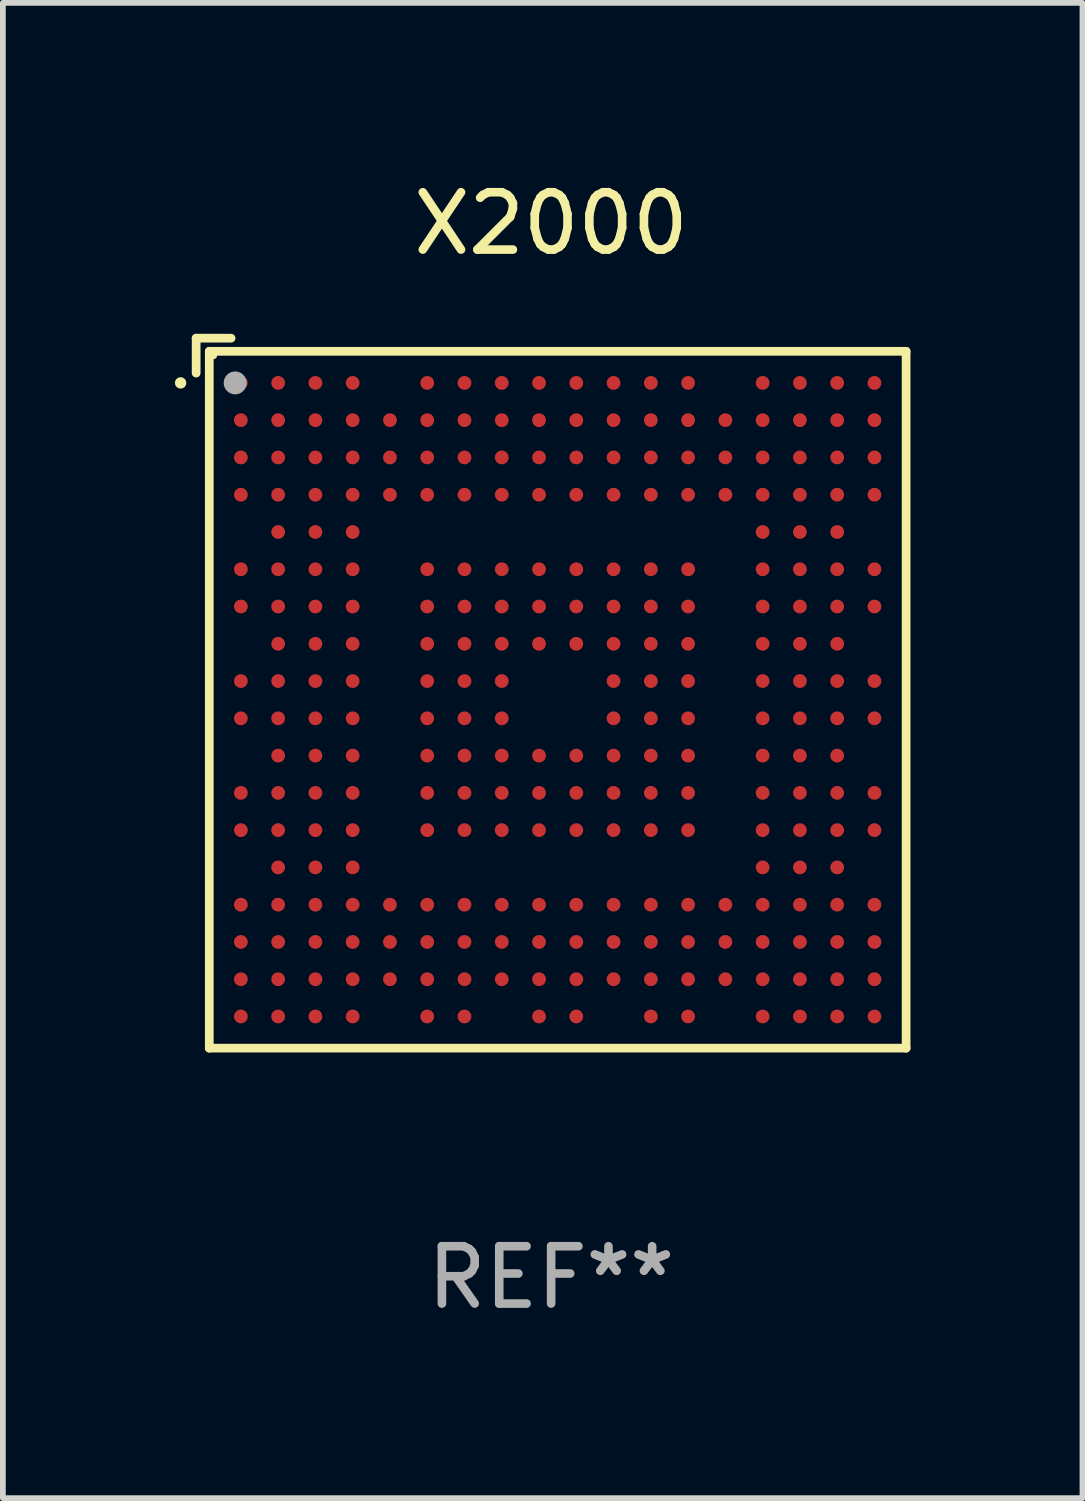
<source format=kicad_pcb>
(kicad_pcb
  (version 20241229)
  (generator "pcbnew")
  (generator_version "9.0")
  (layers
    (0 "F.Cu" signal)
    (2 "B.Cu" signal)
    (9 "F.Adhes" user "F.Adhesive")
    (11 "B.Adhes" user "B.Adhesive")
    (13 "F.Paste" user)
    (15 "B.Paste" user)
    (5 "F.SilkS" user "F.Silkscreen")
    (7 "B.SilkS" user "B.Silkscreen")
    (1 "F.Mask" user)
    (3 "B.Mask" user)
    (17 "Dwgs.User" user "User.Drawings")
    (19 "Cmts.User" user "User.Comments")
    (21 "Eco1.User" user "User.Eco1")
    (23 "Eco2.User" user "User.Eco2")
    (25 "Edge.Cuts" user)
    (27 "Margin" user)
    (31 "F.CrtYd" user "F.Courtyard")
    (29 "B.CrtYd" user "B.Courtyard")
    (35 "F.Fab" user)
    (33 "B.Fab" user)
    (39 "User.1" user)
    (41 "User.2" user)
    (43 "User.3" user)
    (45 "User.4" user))
  (footprint "X2000"
    (layer "F.Cu")
    (at 6.562 9.039)
    (property "Reference" "X2000" (at 0 -8.191 0) (layer "F.SilkS") (effects (font (size 1 1) (thickness 0.15))))
    (attr through_hole)
    (fp_line (start -6.191 -6.191) (end -6.191 -5.582) (stroke (width 0.152) (type solid)) (layer "F.SilkS"))
    (fp_line (start -5.962 -5.962) (end 6.191 -5.962) (stroke (width 0.152) (type solid)) (layer "F.SilkS"))
    (fp_line (start -5.962 6.191) (end -5.962 -5.962) (stroke (width 0.152) (type solid)) (layer "F.SilkS"))
    (fp_line (start -5.582 -6.191) (end -6.191 -6.191) (stroke (width 0.152) (type solid)) (layer "F.SilkS"))
    (fp_line (start 6.191 -5.962) (end 6.191 6.191) (stroke (width 0.152) (type solid)) (layer "F.SilkS"))
    (fp_line (start 6.191 6.191) (end -5.962 6.191) (stroke (width 0.152) (type solid)) (layer "F.SilkS"))
    (fp_circle (center -6.462 -5.411) (end -6.412 -5.411) (stroke (width 0.1) (type solid)) (fill no) (layer "F.SilkS"))
    (fp_circle (center -5.886 -5.886) (end -5.856 -5.886) (stroke (width 0.06) (type solid)) (fill no) (layer "F.SilkS"))
    (fp_circle (center -5.511 -5.411) (end -5.411 -5.411) (stroke (width 0.2) (type solid)) (fill no) (layer "F.Fab"))
    (fp_text user "REF**" (at 0 10.191 0) (layer "F.Fab") (effects (font (size 1 1) (thickness 0.15))))
    (pad "A1" smd circle (at -5.411 -5.411) (size 0.24 0.24) (layers "F.Cu" "F.Mask" "F.Paste"))
    (pad "A2" smd circle (at -4.761 -5.411) (size 0.24 0.24) (layers "F.Cu" "F.Mask" "F.Paste"))
    (pad "A3" smd circle (at -4.111 -5.411) (size 0.24 0.24) (layers "F.Cu" "F.Mask" "F.Paste"))
    (pad "A4" smd circle (at -3.461 -5.411) (size 0.24 0.24) (layers "F.Cu" "F.Mask" "F.Paste"))
    (pad "A6" smd circle (at -2.161 -5.411) (size 0.24 0.24) (layers "F.Cu" "F.Mask" "F.Paste"))
    (pad "A7" smd circle (at -1.511 -5.411) (size 0.24 0.24) (layers "F.Cu" "F.Mask" "F.Paste"))
    (pad "A8" smd circle (at -0.861 -5.411) (size 0.24 0.24) (layers "F.Cu" "F.Mask" "F.Paste"))
    (pad "A9" smd circle (at -0.211 -5.411) (size 0.24 0.24) (layers "F.Cu" "F.Mask" "F.Paste"))
    (pad "A10" smd circle (at 0.439 -5.411) (size 0.24 0.24) (layers "F.Cu" "F.Mask" "F.Paste"))
    (pad "A11" smd circle (at 1.089 -5.411) (size 0.24 0.24) (layers "F.Cu" "F.Mask" "F.Paste"))
    (pad "A12" smd circle (at 1.739 -5.411) (size 0.24 0.24) (layers "F.Cu" "F.Mask" "F.Paste"))
    (pad "A13" smd circle (at 2.389 -5.411) (size 0.24 0.24) (layers "F.Cu" "F.Mask" "F.Paste"))
    (pad "A15" smd circle (at 3.689 -5.411) (size 0.24 0.24) (layers "F.Cu" "F.Mask" "F.Paste"))
    (pad "A16" smd circle (at 4.339 -5.411) (size 0.24 0.24) (layers "F.Cu" "F.Mask" "F.Paste"))
    (pad "A17" smd circle (at 4.989 -5.411) (size 0.24 0.24) (layers "F.Cu" "F.Mask" "F.Paste"))
    (pad "A18" smd circle (at 5.639 -5.411) (size 0.24 0.24) (layers "F.Cu" "F.Mask" "F.Paste"))
    (pad "B1" smd circle (at -5.411 -4.761) (size 0.24 0.24) (layers "F.Cu" "F.Mask" "F.Paste"))
    (pad "B2" smd circle (at -4.761 -4.761) (size 0.24 0.24) (layers "F.Cu" "F.Mask" "F.Paste"))
    (pad "B3" smd circle (at -4.111 -4.761) (size 0.24 0.24) (layers "F.Cu" "F.Mask" "F.Paste"))
    (pad "B4" smd circle (at -3.461 -4.761) (size 0.24 0.24) (layers "F.Cu" "F.Mask" "F.Paste"))
    (pad "B5" smd circle (at -2.811 -4.761) (size 0.24 0.24) (layers "F.Cu" "F.Mask" "F.Paste"))
    (pad "B6" smd circle (at -2.161 -4.761) (size 0.24 0.24) (layers "F.Cu" "F.Mask" "F.Paste"))
    (pad "B7" smd circle (at -1.511 -4.761) (size 0.24 0.24) (layers "F.Cu" "F.Mask" "F.Paste"))
    (pad "B8" smd circle (at -0.861 -4.761) (size 0.24 0.24) (layers "F.Cu" "F.Mask" "F.Paste"))
    (pad "B9" smd circle (at -0.211 -4.761) (size 0.24 0.24) (layers "F.Cu" "F.Mask" "F.Paste"))
    (pad "B10" smd circle (at 0.439 -4.761) (size 0.24 0.24) (layers "F.Cu" "F.Mask" "F.Paste"))
    (pad "B11" smd circle (at 1.089 -4.761) (size 0.24 0.24) (layers "F.Cu" "F.Mask" "F.Paste"))
    (pad "B12" smd circle (at 1.739 -4.761) (size 0.24 0.24) (layers "F.Cu" "F.Mask" "F.Paste"))
    (pad "B13" smd circle (at 2.389 -4.761) (size 0.24 0.24) (layers "F.Cu" "F.Mask" "F.Paste"))
    (pad "B14" smd circle (at 3.039 -4.761) (size 0.24 0.24) (layers "F.Cu" "F.Mask" "F.Paste"))
    (pad "B15" smd circle (at 3.689 -4.761) (size 0.24 0.24) (layers "F.Cu" "F.Mask" "F.Paste"))
    (pad "B16" smd circle (at 4.339 -4.761) (size 0.24 0.24) (layers "F.Cu" "F.Mask" "F.Paste"))
    (pad "B17" smd circle (at 4.989 -4.761) (size 0.24 0.24) (layers "F.Cu" "F.Mask" "F.Paste"))
    (pad "B18" smd circle (at 5.639 -4.761) (size 0.24 0.24) (layers "F.Cu" "F.Mask" "F.Paste"))
    (pad "C1" smd circle (at -5.411 -4.111) (size 0.24 0.24) (layers "F.Cu" "F.Mask" "F.Paste"))
    (pad "C2" smd circle (at -4.761 -4.111) (size 0.24 0.24) (layers "F.Cu" "F.Mask" "F.Paste"))
    (pad "C3" smd circle (at -4.111 -4.111) (size 0.24 0.24) (layers "F.Cu" "F.Mask" "F.Paste"))
    (pad "C4" smd circle (at -3.461 -4.111) (size 0.24 0.24) (layers "F.Cu" "F.Mask" "F.Paste"))
    (pad "C5" smd circle (at -2.811 -4.111) (size 0.24 0.24) (layers "F.Cu" "F.Mask" "F.Paste"))
    (pad "C6" smd circle (at -2.161 -4.111) (size 0.24 0.24) (layers "F.Cu" "F.Mask" "F.Paste"))
    (pad "C7" smd circle (at -1.511 -4.111) (size 0.24 0.24) (layers "F.Cu" "F.Mask" "F.Paste"))
    (pad "C8" smd circle (at -0.861 -4.111) (size 0.24 0.24) (layers "F.Cu" "F.Mask" "F.Paste"))
    (pad "C9" smd circle (at -0.211 -4.111) (size 0.24 0.24) (layers "F.Cu" "F.Mask" "F.Paste"))
    (pad "C10" smd circle (at 0.439 -4.111) (size 0.24 0.24) (layers "F.Cu" "F.Mask" "F.Paste"))
    (pad "C11" smd circle (at 1.089 -4.111) (size 0.24 0.24) (layers "F.Cu" "F.Mask" "F.Paste"))
    (pad "C12" smd circle (at 1.739 -4.111) (size 0.24 0.24) (layers "F.Cu" "F.Mask" "F.Paste"))
    (pad "C13" smd circle (at 2.389 -4.111) (size 0.24 0.24) (layers "F.Cu" "F.Mask" "F.Paste"))
    (pad "C14" smd circle (at 3.039 -4.111) (size 0.24 0.24) (layers "F.Cu" "F.Mask" "F.Paste"))
    (pad "C15" smd circle (at 3.689 -4.111) (size 0.24 0.24) (layers "F.Cu" "F.Mask" "F.Paste"))
    (pad "C16" smd circle (at 4.339 -4.111) (size 0.24 0.24) (layers "F.Cu" "F.Mask" "F.Paste"))
    (pad "C17" smd circle (at 4.989 -4.111) (size 0.24 0.24) (layers "F.Cu" "F.Mask" "F.Paste"))
    (pad "C18" smd circle (at 5.639 -4.111) (size 0.24 0.24) (layers "F.Cu" "F.Mask" "F.Paste"))
    (pad "D1" smd circle (at -5.411 -3.461) (size 0.24 0.24) (layers "F.Cu" "F.Mask" "F.Paste"))
    (pad "D2" smd circle (at -4.761 -3.461) (size 0.24 0.24) (layers "F.Cu" "F.Mask" "F.Paste"))
    (pad "D3" smd circle (at -4.111 -3.461) (size 0.24 0.24) (layers "F.Cu" "F.Mask" "F.Paste"))
    (pad "D4" smd circle (at -3.461 -3.461) (size 0.24 0.24) (layers "F.Cu" "F.Mask" "F.Paste"))
    (pad "D5" smd circle (at -2.811 -3.461) (size 0.24 0.24) (layers "F.Cu" "F.Mask" "F.Paste"))
    (pad "D6" smd circle (at -2.161 -3.461) (size 0.24 0.24) (layers "F.Cu" "F.Mask" "F.Paste"))
    (pad "D7" smd circle (at -1.511 -3.461) (size 0.24 0.24) (layers "F.Cu" "F.Mask" "F.Paste"))
    (pad "D8" smd circle (at -0.861 -3.461) (size 0.24 0.24) (layers "F.Cu" "F.Mask" "F.Paste"))
    (pad "D9" smd circle (at -0.211 -3.461) (size 0.24 0.24) (layers "F.Cu" "F.Mask" "F.Paste"))
    (pad "D10" smd circle (at 0.439 -3.461) (size 0.24 0.24) (layers "F.Cu" "F.Mask" "F.Paste"))
    (pad "D11" smd circle (at 1.089 -3.461) (size 0.24 0.24) (layers "F.Cu" "F.Mask" "F.Paste"))
    (pad "D12" smd circle (at 1.739 -3.461) (size 0.24 0.24) (layers "F.Cu" "F.Mask" "F.Paste"))
    (pad "D13" smd circle (at 2.389 -3.461) (size 0.24 0.24) (layers "F.Cu" "F.Mask" "F.Paste"))
    (pad "D14" smd circle (at 3.039 -3.461) (size 0.24 0.24) (layers "F.Cu" "F.Mask" "F.Paste"))
    (pad "D15" smd circle (at 3.689 -3.461) (size 0.24 0.24) (layers "F.Cu" "F.Mask" "F.Paste"))
    (pad "D16" smd circle (at 4.339 -3.461) (size 0.24 0.24) (layers "F.Cu" "F.Mask" "F.Paste"))
    (pad "D17" smd circle (at 4.989 -3.461) (size 0.24 0.24) (layers "F.Cu" "F.Mask" "F.Paste"))
    (pad "D18" smd circle (at 5.639 -3.461) (size 0.24 0.24) (layers "F.Cu" "F.Mask" "F.Paste"))
    (pad "E2" smd circle (at -4.761 -2.811) (size 0.24 0.24) (layers "F.Cu" "F.Mask" "F.Paste"))
    (pad "E3" smd circle (at -4.111 -2.811) (size 0.24 0.24) (layers "F.Cu" "F.Mask" "F.Paste"))
    (pad "E4" smd circle (at -3.461 -2.811) (size 0.24 0.24) (layers "F.Cu" "F.Mask" "F.Paste"))
    (pad "E15" smd circle (at 3.689 -2.811) (size 0.24 0.24) (layers "F.Cu" "F.Mask" "F.Paste"))
    (pad "E16" smd circle (at 4.339 -2.811) (size 0.24 0.24) (layers "F.Cu" "F.Mask" "F.Paste"))
    (pad "E17" smd circle (at 4.989 -2.811) (size 0.24 0.24) (layers "F.Cu" "F.Mask" "F.Paste"))
    (pad "F1" smd circle (at -5.411 -2.161) (size 0.24 0.24) (layers "F.Cu" "F.Mask" "F.Paste"))
    (pad "F2" smd circle (at -4.761 -2.161) (size 0.24 0.24) (layers "F.Cu" "F.Mask" "F.Paste"))
    (pad "F3" smd circle (at -4.111 -2.161) (size 0.24 0.24) (layers "F.Cu" "F.Mask" "F.Paste"))
    (pad "F4" smd circle (at -3.461 -2.161) (size 0.24 0.24) (layers "F.Cu" "F.Mask" "F.Paste"))
    (pad "F6" smd circle (at -2.161 -2.161) (size 0.24 0.24) (layers "F.Cu" "F.Mask" "F.Paste"))
    (pad "F7" smd circle (at -1.511 -2.161) (size 0.24 0.24) (layers "F.Cu" "F.Mask" "F.Paste"))
    (pad "F8" smd circle (at -0.861 -2.161) (size 0.24 0.24) (layers "F.Cu" "F.Mask" "F.Paste"))
    (pad "F9" smd circle (at -0.211 -2.161) (size 0.24 0.24) (layers "F.Cu" "F.Mask" "F.Paste"))
    (pad "F10" smd circle (at 0.439 -2.161) (size 0.24 0.24) (layers "F.Cu" "F.Mask" "F.Paste"))
    (pad "F11" smd circle (at 1.089 -2.161) (size 0.24 0.24) (layers "F.Cu" "F.Mask" "F.Paste"))
    (pad "F12" smd circle (at 1.739 -2.161) (size 0.24 0.24) (layers "F.Cu" "F.Mask" "F.Paste"))
    (pad "F13" smd circle (at 2.389 -2.161) (size 0.24 0.24) (layers "F.Cu" "F.Mask" "F.Paste"))
    (pad "F15" smd circle (at 3.689 -2.161) (size 0.24 0.24) (layers "F.Cu" "F.Mask" "F.Paste"))
    (pad "F16" smd circle (at 4.339 -2.161) (size 0.24 0.24) (layers "F.Cu" "F.Mask" "F.Paste"))
    (pad "F17" smd circle (at 4.989 -2.161) (size 0.24 0.24) (layers "F.Cu" "F.Mask" "F.Paste"))
    (pad "F18" smd circle (at 5.639 -2.161) (size 0.24 0.24) (layers "F.Cu" "F.Mask" "F.Paste"))
    (pad "G1" smd circle (at -5.411 -1.511) (size 0.24 0.24) (layers "F.Cu" "F.Mask" "F.Paste"))
    (pad "G2" smd circle (at -4.761 -1.511) (size 0.24 0.24) (layers "F.Cu" "F.Mask" "F.Paste"))
    (pad "G3" smd circle (at -4.111 -1.511) (size 0.24 0.24) (layers "F.Cu" "F.Mask" "F.Paste"))
    (pad "G4" smd circle (at -3.461 -1.511) (size 0.24 0.24) (layers "F.Cu" "F.Mask" "F.Paste"))
    (pad "G6" smd circle (at -2.161 -1.511) (size 0.24 0.24) (layers "F.Cu" "F.Mask" "F.Paste"))
    (pad "G7" smd circle (at -1.511 -1.511) (size 0.24 0.24) (layers "F.Cu" "F.Mask" "F.Paste"))
    (pad "G8" smd circle (at -0.861 -1.511) (size 0.24 0.24) (layers "F.Cu" "F.Mask" "F.Paste"))
    (pad "G9" smd circle (at -0.211 -1.511) (size 0.24 0.24) (layers "F.Cu" "F.Mask" "F.Paste"))
    (pad "G10" smd circle (at 0.439 -1.511) (size 0.24 0.24) (layers "F.Cu" "F.Mask" "F.Paste"))
    (pad "G11" smd circle (at 1.089 -1.511) (size 0.24 0.24) (layers "F.Cu" "F.Mask" "F.Paste"))
    (pad "G12" smd circle (at 1.739 -1.511) (size 0.24 0.24) (layers "F.Cu" "F.Mask" "F.Paste"))
    (pad "G13" smd circle (at 2.389 -1.511) (size 0.24 0.24) (layers "F.Cu" "F.Mask" "F.Paste"))
    (pad "G15" smd circle (at 3.689 -1.511) (size 0.24 0.24) (layers "F.Cu" "F.Mask" "F.Paste"))
    (pad "G16" smd circle (at 4.339 -1.511) (size 0.24 0.24) (layers "F.Cu" "F.Mask" "F.Paste"))
    (pad "G17" smd circle (at 4.989 -1.511) (size 0.24 0.24) (layers "F.Cu" "F.Mask" "F.Paste"))
    (pad "G18" smd circle (at 5.639 -1.511) (size 0.24 0.24) (layers "F.Cu" "F.Mask" "F.Paste"))
    (pad "H2" smd circle (at -4.761 -0.861) (size 0.24 0.24) (layers "F.Cu" "F.Mask" "F.Paste"))
    (pad "H3" smd circle (at -4.111 -0.861) (size 0.24 0.24) (layers "F.Cu" "F.Mask" "F.Paste"))
    (pad "H4" smd circle (at -3.461 -0.861) (size 0.24 0.24) (layers "F.Cu" "F.Mask" "F.Paste"))
    (pad "H6" smd circle (at -2.161 -0.861) (size 0.24 0.24) (layers "F.Cu" "F.Mask" "F.Paste"))
    (pad "H7" smd circle (at -1.511 -0.861) (size 0.24 0.24) (layers "F.Cu" "F.Mask" "F.Paste"))
    (pad "H8" smd circle (at -0.861 -0.861) (size 0.24 0.24) (layers "F.Cu" "F.Mask" "F.Paste"))
    (pad "H9" smd circle (at -0.211 -0.861) (size 0.24 0.24) (layers "F.Cu" "F.Mask" "F.Paste"))
    (pad "H10" smd circle (at 0.439 -0.861) (size 0.24 0.24) (layers "F.Cu" "F.Mask" "F.Paste"))
    (pad "H11" smd circle (at 1.089 -0.861) (size 0.24 0.24) (layers "F.Cu" "F.Mask" "F.Paste"))
    (pad "H12" smd circle (at 1.739 -0.861) (size 0.24 0.24) (layers "F.Cu" "F.Mask" "F.Paste"))
    (pad "H13" smd circle (at 2.389 -0.861) (size 0.24 0.24) (layers "F.Cu" "F.Mask" "F.Paste"))
    (pad "H15" smd circle (at 3.689 -0.861) (size 0.24 0.24) (layers "F.Cu" "F.Mask" "F.Paste"))
    (pad "H16" smd circle (at 4.339 -0.861) (size 0.24 0.24) (layers "F.Cu" "F.Mask" "F.Paste"))
    (pad "H17" smd circle (at 4.989 -0.861) (size 0.24 0.24) (layers "F.Cu" "F.Mask" "F.Paste"))
    (pad "J1" smd circle (at -5.411 -0.211) (size 0.24 0.24) (layers "F.Cu" "F.Mask" "F.Paste"))
    (pad "J2" smd circle (at -4.761 -0.211) (size 0.24 0.24) (layers "F.Cu" "F.Mask" "F.Paste"))
    (pad "J3" smd circle (at -4.111 -0.211) (size 0.24 0.24) (layers "F.Cu" "F.Mask" "F.Paste"))
    (pad "J4" smd circle (at -3.461 -0.211) (size 0.24 0.24) (layers "F.Cu" "F.Mask" "F.Paste"))
    (pad "J6" smd circle (at -2.161 -0.211) (size 0.24 0.24) (layers "F.Cu" "F.Mask" "F.Paste"))
    (pad "J7" smd circle (at -1.511 -0.211) (size 0.24 0.24) (layers "F.Cu" "F.Mask" "F.Paste"))
    (pad "J8" smd circle (at -0.861 -0.211) (size 0.24 0.24) (layers "F.Cu" "F.Mask" "F.Paste"))
    (pad "J11" smd circle (at 1.089 -0.211) (size 0.24 0.24) (layers "F.Cu" "F.Mask" "F.Paste"))
    (pad "J12" smd circle (at 1.739 -0.211) (size 0.24 0.24) (layers "F.Cu" "F.Mask" "F.Paste"))
    (pad "J13" smd circle (at 2.389 -0.211) (size 0.24 0.24) (layers "F.Cu" "F.Mask" "F.Paste"))
    (pad "J15" smd circle (at 3.689 -0.211) (size 0.24 0.24) (layers "F.Cu" "F.Mask" "F.Paste"))
    (pad "J16" smd circle (at 4.339 -0.211) (size 0.24 0.24) (layers "F.Cu" "F.Mask" "F.Paste"))
    (pad "J17" smd circle (at 4.989 -0.211) (size 0.24 0.24) (layers "F.Cu" "F.Mask" "F.Paste"))
    (pad "J18" smd circle (at 5.639 -0.211) (size 0.24 0.24) (layers "F.Cu" "F.Mask" "F.Paste"))
    (pad "K1" smd circle (at -5.411 0.439) (size 0.24 0.24) (layers "F.Cu" "F.Mask" "F.Paste"))
    (pad "K2" smd circle (at -4.761 0.439) (size 0.24 0.24) (layers "F.Cu" "F.Mask" "F.Paste"))
    (pad "K3" smd circle (at -4.111 0.439) (size 0.24 0.24) (layers "F.Cu" "F.Mask" "F.Paste"))
    (pad "K4" smd circle (at -3.461 0.439) (size 0.24 0.24) (layers "F.Cu" "F.Mask" "F.Paste"))
    (pad "K6" smd circle (at -2.161 0.439) (size 0.24 0.24) (layers "F.Cu" "F.Mask" "F.Paste"))
    (pad "K7" smd circle (at -1.511 0.439) (size 0.24 0.24) (layers "F.Cu" "F.Mask" "F.Paste"))
    (pad "K8" smd circle (at -0.861 0.439) (size 0.24 0.24) (layers "F.Cu" "F.Mask" "F.Paste"))
    (pad "K11" smd circle (at 1.089 0.439) (size 0.24 0.24) (layers "F.Cu" "F.Mask" "F.Paste"))
    (pad "K12" smd circle (at 1.739 0.439) (size 0.24 0.24) (layers "F.Cu" "F.Mask" "F.Paste"))
    (pad "K13" smd circle (at 2.389 0.439) (size 0.24 0.24) (layers "F.Cu" "F.Mask" "F.Paste"))
    (pad "K15" smd circle (at 3.689 0.439) (size 0.24 0.24) (layers "F.Cu" "F.Mask" "F.Paste"))
    (pad "K16" smd circle (at 4.339 0.439) (size 0.24 0.24) (layers "F.Cu" "F.Mask" "F.Paste"))
    (pad "K17" smd circle (at 4.989 0.439) (size 0.24 0.24) (layers "F.Cu" "F.Mask" "F.Paste"))
    (pad "K18" smd circle (at 5.639 0.439) (size 0.24 0.24) (layers "F.Cu" "F.Mask" "F.Paste"))
    (pad "L2" smd circle (at -4.761 1.089) (size 0.24 0.24) (layers "F.Cu" "F.Mask" "F.Paste"))
    (pad "L3" smd circle (at -4.111 1.089) (size 0.24 0.24) (layers "F.Cu" "F.Mask" "F.Paste"))
    (pad "L4" smd circle (at -3.461 1.089) (size 0.24 0.24) (layers "F.Cu" "F.Mask" "F.Paste"))
    (pad "L6" smd circle (at -2.161 1.089) (size 0.24 0.24) (layers "F.Cu" "F.Mask" "F.Paste"))
    (pad "L7" smd circle (at -1.511 1.089) (size 0.24 0.24) (layers "F.Cu" "F.Mask" "F.Paste"))
    (pad "L8" smd circle (at -0.861 1.089) (size 0.24 0.24) (layers "F.Cu" "F.Mask" "F.Paste"))
    (pad "L9" smd circle (at -0.211 1.089) (size 0.24 0.24) (layers "F.Cu" "F.Mask" "F.Paste"))
    (pad "L10" smd circle (at 0.439 1.089) (size 0.24 0.24) (layers "F.Cu" "F.Mask" "F.Paste"))
    (pad "L11" smd circle (at 1.089 1.089) (size 0.24 0.24) (layers "F.Cu" "F.Mask" "F.Paste"))
    (pad "L12" smd circle (at 1.739 1.089) (size 0.24 0.24) (layers "F.Cu" "F.Mask" "F.Paste"))
    (pad "L13" smd circle (at 2.389 1.089) (size 0.24 0.24) (layers "F.Cu" "F.Mask" "F.Paste"))
    (pad "L15" smd circle (at 3.689 1.089) (size 0.24 0.24) (layers "F.Cu" "F.Mask" "F.Paste"))
    (pad "L16" smd circle (at 4.339 1.089) (size 0.24 0.24) (layers "F.Cu" "F.Mask" "F.Paste"))
    (pad "L17" smd circle (at 4.989 1.089) (size 0.24 0.24) (layers "F.Cu" "F.Mask" "F.Paste"))
    (pad "M1" smd circle (at -5.411 1.739) (size 0.24 0.24) (layers "F.Cu" "F.Mask" "F.Paste"))
    (pad "M2" smd circle (at -4.761 1.739) (size 0.24 0.24) (layers "F.Cu" "F.Mask" "F.Paste"))
    (pad "M3" smd circle (at -4.111 1.739) (size 0.24 0.24) (layers "F.Cu" "F.Mask" "F.Paste"))
    (pad "M4" smd circle (at -3.461 1.739) (size 0.24 0.24) (layers "F.Cu" "F.Mask" "F.Paste"))
    (pad "M6" smd circle (at -2.161 1.739) (size 0.24 0.24) (layers "F.Cu" "F.Mask" "F.Paste"))
    (pad "M7" smd circle (at -1.511 1.739) (size 0.24 0.24) (layers "F.Cu" "F.Mask" "F.Paste"))
    (pad "M8" smd circle (at -0.861 1.739) (size 0.24 0.24) (layers "F.Cu" "F.Mask" "F.Paste"))
    (pad "M9" smd circle (at -0.211 1.739) (size 0.24 0.24) (layers "F.Cu" "F.Mask" "F.Paste"))
    (pad "M10" smd circle (at 0.439 1.739) (size 0.24 0.24) (layers "F.Cu" "F.Mask" "F.Paste"))
    (pad "M11" smd circle (at 1.089 1.739) (size 0.24 0.24) (layers "F.Cu" "F.Mask" "F.Paste"))
    (pad "M12" smd circle (at 1.739 1.739) (size 0.24 0.24) (layers "F.Cu" "F.Mask" "F.Paste"))
    (pad "M13" smd circle (at 2.389 1.739) (size 0.24 0.24) (layers "F.Cu" "F.Mask" "F.Paste"))
    (pad "M15" smd circle (at 3.689 1.739) (size 0.24 0.24) (layers "F.Cu" "F.Mask" "F.Paste"))
    (pad "M16" smd circle (at 4.339 1.739) (size 0.24 0.24) (layers "F.Cu" "F.Mask" "F.Paste"))
    (pad "M17" smd circle (at 4.989 1.739) (size 0.24 0.24) (layers "F.Cu" "F.Mask" "F.Paste"))
    (pad "M18" smd circle (at 5.639 1.739) (size 0.24 0.24) (layers "F.Cu" "F.Mask" "F.Paste"))
    (pad "N1" smd circle (at -5.411 2.389) (size 0.24 0.24) (layers "F.Cu" "F.Mask" "F.Paste"))
    (pad "N2" smd circle (at -4.761 2.389) (size 0.24 0.24) (layers "F.Cu" "F.Mask" "F.Paste"))
    (pad "N3" smd circle (at -4.111 2.389) (size 0.24 0.24) (layers "F.Cu" "F.Mask" "F.Paste"))
    (pad "N4" smd circle (at -3.461 2.389) (size 0.24 0.24) (layers "F.Cu" "F.Mask" "F.Paste"))
    (pad "N6" smd circle (at -2.161 2.389) (size 0.24 0.24) (layers "F.Cu" "F.Mask" "F.Paste"))
    (pad "N7" smd circle (at -1.511 2.389) (size 0.24 0.24) (layers "F.Cu" "F.Mask" "F.Paste"))
    (pad "N8" smd circle (at -0.861 2.389) (size 0.24 0.24) (layers "F.Cu" "F.Mask" "F.Paste"))
    (pad "N9" smd circle (at -0.211 2.389) (size 0.24 0.24) (layers "F.Cu" "F.Mask" "F.Paste"))
    (pad "N10" smd circle (at 0.439 2.389) (size 0.24 0.24) (layers "F.Cu" "F.Mask" "F.Paste"))
    (pad "N11" smd circle (at 1.089 2.389) (size 0.24 0.24) (layers "F.Cu" "F.Mask" "F.Paste"))
    (pad "N12" smd circle (at 1.739 2.389) (size 0.24 0.24) (layers "F.Cu" "F.Mask" "F.Paste"))
    (pad "N13" smd circle (at 2.389 2.389) (size 0.24 0.24) (layers "F.Cu" "F.Mask" "F.Paste"))
    (pad "N15" smd circle (at 3.689 2.389) (size 0.24 0.24) (layers "F.Cu" "F.Mask" "F.Paste"))
    (pad "N16" smd circle (at 4.339 2.389) (size 0.24 0.24) (layers "F.Cu" "F.Mask" "F.Paste"))
    (pad "N17" smd circle (at 4.989 2.389) (size 0.24 0.24) (layers "F.Cu" "F.Mask" "F.Paste"))
    (pad "N18" smd circle (at 5.639 2.389) (size 0.24 0.24) (layers "F.Cu" "F.Mask" "F.Paste"))
    (pad "P2" smd circle (at -4.761 3.039) (size 0.24 0.24) (layers "F.Cu" "F.Mask" "F.Paste"))
    (pad "P3" smd circle (at -4.111 3.039) (size 0.24 0.24) (layers "F.Cu" "F.Mask" "F.Paste"))
    (pad "P4" smd circle (at -3.461 3.039) (size 0.24 0.24) (layers "F.Cu" "F.Mask" "F.Paste"))
    (pad "P15" smd circle (at 3.689 3.039) (size 0.24 0.24) (layers "F.Cu" "F.Mask" "F.Paste"))
    (pad "P16" smd circle (at 4.339 3.039) (size 0.24 0.24) (layers "F.Cu" "F.Mask" "F.Paste"))
    (pad "P17" smd circle (at 4.989 3.039) (size 0.24 0.24) (layers "F.Cu" "F.Mask" "F.Paste"))
    (pad "R1" smd circle (at -5.411 3.689) (size 0.24 0.24) (layers "F.Cu" "F.Mask" "F.Paste"))
    (pad "R2" smd circle (at -4.761 3.689) (size 0.24 0.24) (layers "F.Cu" "F.Mask" "F.Paste"))
    (pad "R3" smd circle (at -4.111 3.689) (size 0.24 0.24) (layers "F.Cu" "F.Mask" "F.Paste"))
    (pad "R4" smd circle (at -3.461 3.689) (size 0.24 0.24) (layers "F.Cu" "F.Mask" "F.Paste"))
    (pad "R5" smd circle (at -2.811 3.689) (size 0.24 0.24) (layers "F.Cu" "F.Mask" "F.Paste"))
    (pad "R6" smd circle (at -2.161 3.689) (size 0.24 0.24) (layers "F.Cu" "F.Mask" "F.Paste"))
    (pad "R7" smd circle (at -1.511 3.689) (size 0.24 0.24) (layers "F.Cu" "F.Mask" "F.Paste"))
    (pad "R8" smd circle (at -0.861 3.689) (size 0.24 0.24) (layers "F.Cu" "F.Mask" "F.Paste"))
    (pad "R9" smd circle (at -0.211 3.689) (size 0.24 0.24) (layers "F.Cu" "F.Mask" "F.Paste"))
    (pad "R10" smd circle (at 0.439 3.689) (size 0.24 0.24) (layers "F.Cu" "F.Mask" "F.Paste"))
    (pad "R11" smd circle (at 1.089 3.689) (size 0.24 0.24) (layers "F.Cu" "F.Mask" "F.Paste"))
    (pad "R12" smd circle (at 1.739 3.689) (size 0.24 0.24) (layers "F.Cu" "F.Mask" "F.Paste"))
    (pad "R13" smd circle (at 2.389 3.689) (size 0.24 0.24) (layers "F.Cu" "F.Mask" "F.Paste"))
    (pad "R14" smd circle (at 3.039 3.689) (size 0.24 0.24) (layers "F.Cu" "F.Mask" "F.Paste"))
    (pad "R15" smd circle (at 3.689 3.689) (size 0.24 0.24) (layers "F.Cu" "F.Mask" "F.Paste"))
    (pad "R16" smd circle (at 4.339 3.689) (size 0.24 0.24) (layers "F.Cu" "F.Mask" "F.Paste"))
    (pad "R17" smd circle (at 4.989 3.689) (size 0.24 0.24) (layers "F.Cu" "F.Mask" "F.Paste"))
    (pad "R18" smd circle (at 5.639 3.689) (size 0.24 0.24) (layers "F.Cu" "F.Mask" "F.Paste"))
    (pad "T1" smd circle (at -5.411 4.339) (size 0.24 0.24) (layers "F.Cu" "F.Mask" "F.Paste"))
    (pad "T2" smd circle (at -4.761 4.339) (size 0.24 0.24) (layers "F.Cu" "F.Mask" "F.Paste"))
    (pad "T3" smd circle (at -4.111 4.339) (size 0.24 0.24) (layers "F.Cu" "F.Mask" "F.Paste"))
    (pad "T4" smd circle (at -3.461 4.339) (size 0.24 0.24) (layers "F.Cu" "F.Mask" "F.Paste"))
    (pad "T5" smd circle (at -2.811 4.339) (size 0.24 0.24) (layers "F.Cu" "F.Mask" "F.Paste"))
    (pad "T6" smd circle (at -2.161 4.339) (size 0.24 0.24) (layers "F.Cu" "F.Mask" "F.Paste"))
    (pad "T7" smd circle (at -1.511 4.339) (size 0.24 0.24) (layers "F.Cu" "F.Mask" "F.Paste"))
    (pad "T8" smd circle (at -0.861 4.339) (size 0.24 0.24) (layers "F.Cu" "F.Mask" "F.Paste"))
    (pad "T9" smd circle (at -0.211 4.339) (size 0.24 0.24) (layers "F.Cu" "F.Mask" "F.Paste"))
    (pad "T10" smd circle (at 0.439 4.339) (size 0.24 0.24) (layers "F.Cu" "F.Mask" "F.Paste"))
    (pad "T11" smd circle (at 1.089 4.339) (size 0.24 0.24) (layers "F.Cu" "F.Mask" "F.Paste"))
    (pad "T12" smd circle (at 1.739 4.339) (size 0.24 0.24) (layers "F.Cu" "F.Mask" "F.Paste"))
    (pad "T13" smd circle (at 2.389 4.339) (size 0.24 0.24) (layers "F.Cu" "F.Mask" "F.Paste"))
    (pad "T14" smd circle (at 3.039 4.339) (size 0.24 0.24) (layers "F.Cu" "F.Mask" "F.Paste"))
    (pad "T15" smd circle (at 3.689 4.339) (size 0.24 0.24) (layers "F.Cu" "F.Mask" "F.Paste"))
    (pad "T16" smd circle (at 4.339 4.339) (size 0.24 0.24) (layers "F.Cu" "F.Mask" "F.Paste"))
    (pad "T17" smd circle (at 4.989 4.339) (size 0.24 0.24) (layers "F.Cu" "F.Mask" "F.Paste"))
    (pad "T18" smd circle (at 5.639 4.339) (size 0.24 0.24) (layers "F.Cu" "F.Mask" "F.Paste"))
    (pad "U1" smd circle (at -5.411 4.989) (size 0.24 0.24) (layers "F.Cu" "F.Mask" "F.Paste"))
    (pad "U2" smd circle (at -4.761 4.989) (size 0.24 0.24) (layers "F.Cu" "F.Mask" "F.Paste"))
    (pad "U3" smd circle (at -4.111 4.989) (size 0.24 0.24) (layers "F.Cu" "F.Mask" "F.Paste"))
    (pad "U4" smd circle (at -3.461 4.989) (size 0.24 0.24) (layers "F.Cu" "F.Mask" "F.Paste"))
    (pad "U5" smd circle (at -2.811 4.989) (size 0.24 0.24) (layers "F.Cu" "F.Mask" "F.Paste"))
    (pad "U6" smd circle (at -2.161 4.989) (size 0.24 0.24) (layers "F.Cu" "F.Mask" "F.Paste"))
    (pad "U7" smd circle (at -1.511 4.989) (size 0.24 0.24) (layers "F.Cu" "F.Mask" "F.Paste"))
    (pad "U8" smd circle (at -0.861 4.989) (size 0.24 0.24) (layers "F.Cu" "F.Mask" "F.Paste"))
    (pad "U9" smd circle (at -0.211 4.989) (size 0.24 0.24) (layers "F.Cu" "F.Mask" "F.Paste"))
    (pad "U10" smd circle (at 0.439 4.989) (size 0.24 0.24) (layers "F.Cu" "F.Mask" "F.Paste"))
    (pad "U11" smd circle (at 1.089 4.989) (size 0.24 0.24) (layers "F.Cu" "F.Mask" "F.Paste"))
    (pad "U12" smd circle (at 1.739 4.989) (size 0.24 0.24) (layers "F.Cu" "F.Mask" "F.Paste"))
    (pad "U13" smd circle (at 2.389 4.989) (size 0.24 0.24) (layers "F.Cu" "F.Mask" "F.Paste"))
    (pad "U14" smd circle (at 3.039 4.989) (size 0.24 0.24) (layers "F.Cu" "F.Mask" "F.Paste"))
    (pad "U15" smd circle (at 3.689 4.989) (size 0.24 0.24) (layers "F.Cu" "F.Mask" "F.Paste"))
    (pad "U16" smd circle (at 4.339 4.989) (size 0.24 0.24) (layers "F.Cu" "F.Mask" "F.Paste"))
    (pad "U17" smd circle (at 4.989 4.989) (size 0.24 0.24) (layers "F.Cu" "F.Mask" "F.Paste"))
    (pad "U18" smd circle (at 5.639 4.989) (size 0.24 0.24) (layers "F.Cu" "F.Mask" "F.Paste"))
    (pad "V1" smd circle (at -5.411 5.639) (size 0.24 0.24) (layers "F.Cu" "F.Mask" "F.Paste"))
    (pad "V2" smd circle (at -4.761 5.639) (size 0.24 0.24) (layers "F.Cu" "F.Mask" "F.Paste"))
    (pad "V3" smd circle (at -4.111 5.639) (size 0.24 0.24) (layers "F.Cu" "F.Mask" "F.Paste"))
    (pad "V4" smd circle (at -3.461 5.639) (size 0.24 0.24) (layers "F.Cu" "F.Mask" "F.Paste"))
    (pad "V6" smd circle (at -2.161 5.639) (size 0.24 0.24) (layers "F.Cu" "F.Mask" "F.Paste"))
    (pad "V7" smd circle (at -1.511 5.639) (size 0.24 0.24) (layers "F.Cu" "F.Mask" "F.Paste"))
    (pad "V9" smd circle (at -0.211 5.639) (size 0.24 0.24) (layers "F.Cu" "F.Mask" "F.Paste"))
    (pad "V10" smd circle (at 0.439 5.639) (size 0.24 0.24) (layers "F.Cu" "F.Mask" "F.Paste"))
    (pad "V12" smd circle (at 1.739 5.639) (size 0.24 0.24) (layers "F.Cu" "F.Mask" "F.Paste"))
    (pad "V13" smd circle (at 2.389 5.639) (size 0.24 0.24) (layers "F.Cu" "F.Mask" "F.Paste"))
    (pad "V15" smd circle (at 3.689 5.639) (size 0.24 0.24) (layers "F.Cu" "F.Mask" "F.Paste"))
    (pad "V16" smd circle (at 4.339 5.639) (size 0.24 0.24) (layers "F.Cu" "F.Mask" "F.Paste"))
    (pad "V17" smd circle (at 4.989 5.639) (size 0.24 0.24) (layers "F.Cu" "F.Mask" "F.Paste"))
    (pad "V18" smd circle (at 5.639 5.639) (size 0.24 0.24) (layers "F.Cu" "F.Mask" "F.Paste")))
  (gr_rect
    (start -3 -3)
    (end 15.829 23.078)
    (stroke (width 0.1) (type default))
    (fill no)
    (layer "Edge.Cuts")))
</source>
